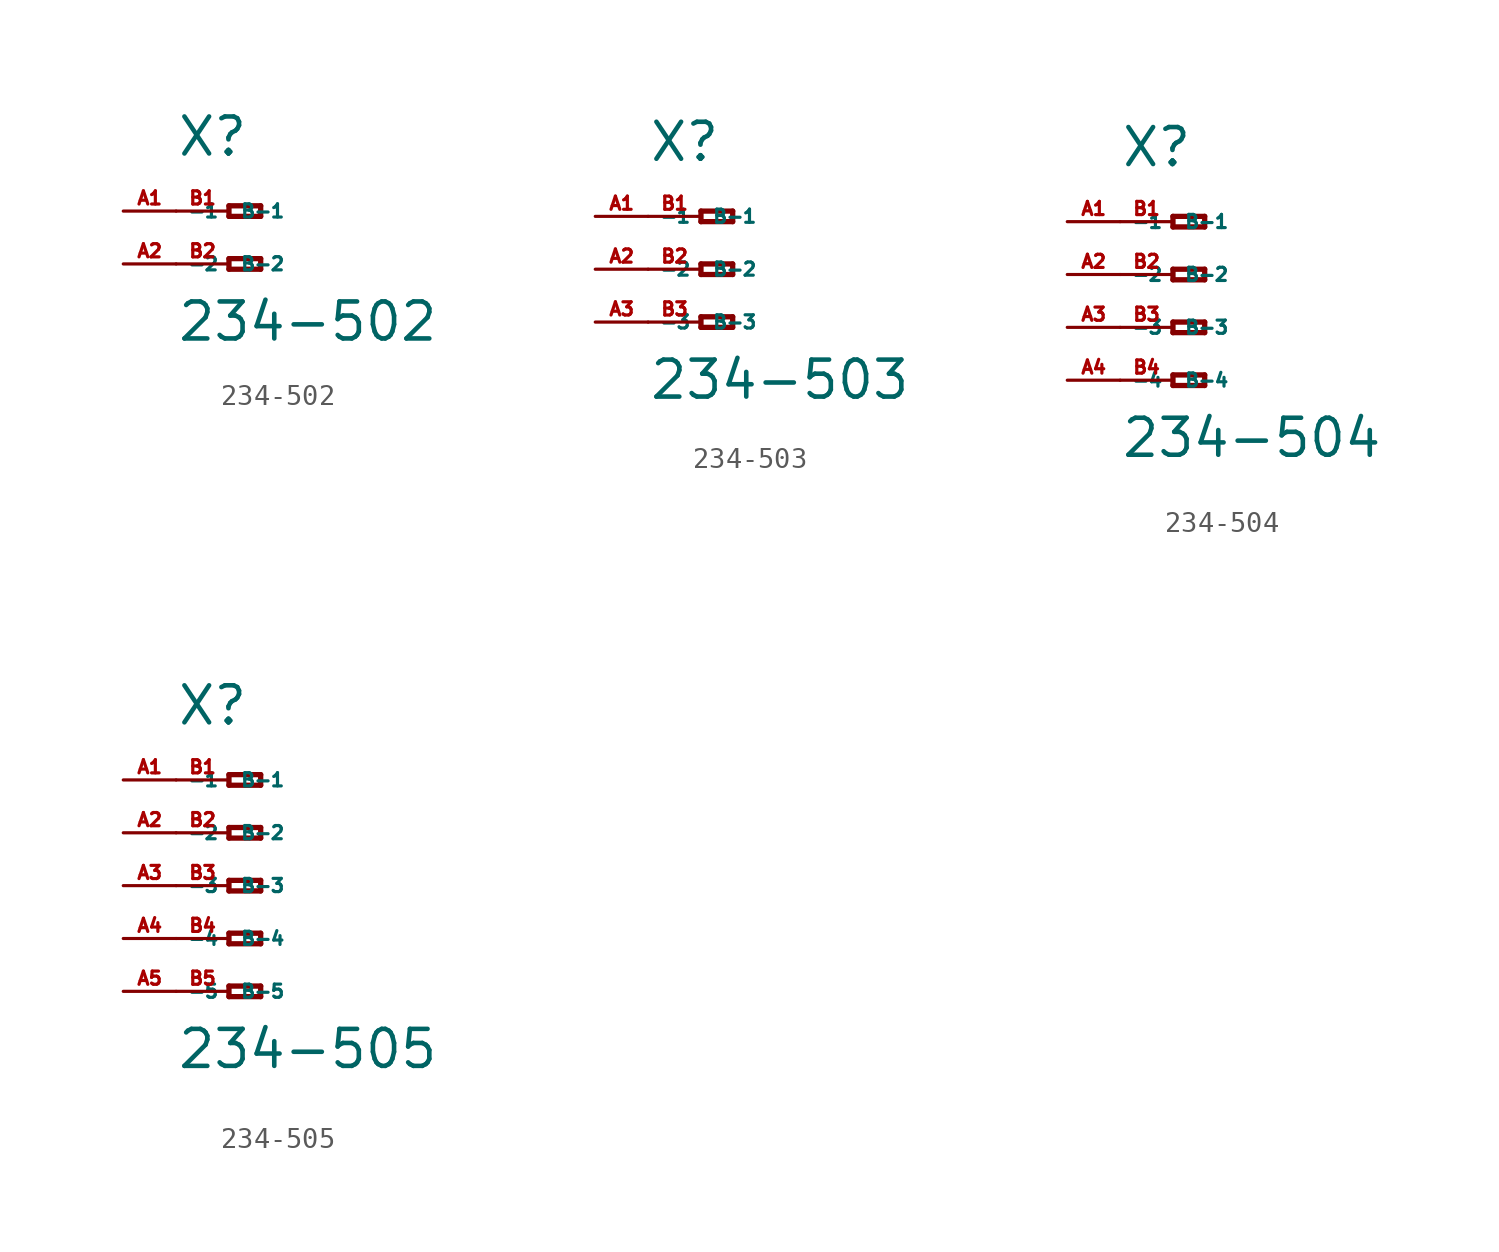
<source format=kicad_sym>
(kicad_symbol_lib
  (version 20220914)
  (generator Eagle2Kicad)
  (symbol "234-502"
    (property "Reference" "X"
      (at -5.08 2.54 0)
      (effects (font (size 1.778 1.778) (thickness 0.22)) (justify left bottom)))
    (property "Value" "234-502"
      (at -5.08 -6.35 0)
      (effects (font (size 1.778 1.778) (thickness 0.22)) (justify left bottom)))
    (polyline
      (pts (xy -2.54 0.254) (xy -2.54 -0.254))
      (stroke (width 0.254) (type default))
      (fill (type none)))
    (polyline
      (pts (xy -2.54 -0.254) (xy -1.016 -0.254))
      (stroke (width 0.254) (type default))
      (fill (type none)))
    (polyline
      (pts (xy -1.016 -0.254) (xy -1.016 0.254))
      (stroke (width 0.254) (type default))
      (fill (type none)))
    (polyline
      (pts (xy -1.016 0.254) (xy -2.54 0.254))
      (stroke (width 0.254) (type default))
      (fill (type none)))
    (polyline
      (pts (xy -2.54 -2.286) (xy -2.54 -2.794))
      (stroke (width 0.254) (type default))
      (fill (type none)))
    (polyline
      (pts (xy -2.54 -2.794) (xy -1.016 -2.794))
      (stroke (width 0.254) (type default))
      (fill (type none)))
    (polyline
      (pts (xy -1.016 -2.794) (xy -1.016 -2.286))
      (stroke (width 0.254) (type default))
      (fill (type none)))
    (polyline
      (pts (xy -1.016 -2.286) (xy -2.54 -2.286))
      (stroke (width 0.254) (type default))
      (fill (type none)))
    (pin passive line
      (at -7.62 0 0)
      (length 2.54)
      (name "-1" (effects (font (size 0.635 0.635) (thickness 0.08)) (justify left bottom)))
      (number "A1" (effects (font (size 0.635 0.635) (thickness 0.08)) (justify left bottom))))
    (pin passive line
      (at -7.62 -2.54 0)
      (length 2.54)
      (name "-2" (effects (font (size 0.635 0.635) (thickness 0.08)) (justify left bottom)))
      (number "A2" (effects (font (size 0.635 0.635) (thickness 0.08)) (justify left bottom))))
    (pin passive line
      (at -5.08 -2.54 0)
      (length 2.54)
      (name "B-2" (effects (font (size 0.635 0.635) (thickness 0.08)) (justify left bottom)))
      (number "B2" (effects (font (size 0.635 0.635) (thickness 0.08)) (justify left bottom))))
    (pin passive line
      (at -5.08 0 0)
      (length 2.54)
      (name "B-1" (effects (font (size 0.635 0.635) (thickness 0.08)) (justify left bottom)))
      (number "B1" (effects (font (size 0.635 0.635) (thickness 0.08)) (justify left bottom)))))
  (symbol "234-503"
    (property "Reference" "X"
      (at -5.08 5.08 0)
      (effects (font (size 1.778 1.778) (thickness 0.22)) (justify left bottom)))
    (property "Value" "234-503"
      (at -5.08 -6.35 0)
      (effects (font (size 1.778 1.778) (thickness 0.22)) (justify left bottom)))
    (polyline
      (pts (xy -2.54 2.794) (xy -2.54 2.286))
      (stroke (width 0.254) (type default))
      (fill (type none)))
    (polyline
      (pts (xy -2.54 2.286) (xy -1.016 2.286))
      (stroke (width 0.254) (type default))
      (fill (type none)))
    (polyline
      (pts (xy -1.016 2.286) (xy -1.016 2.794))
      (stroke (width 0.254) (type default))
      (fill (type none)))
    (polyline
      (pts (xy -1.016 2.794) (xy -2.54 2.794))
      (stroke (width 0.254) (type default))
      (fill (type none)))
    (polyline
      (pts (xy -2.54 0.254) (xy -2.54 -0.254))
      (stroke (width 0.254) (type default))
      (fill (type none)))
    (polyline
      (pts (xy -2.54 -0.254) (xy -1.016 -0.254))
      (stroke (width 0.254) (type default))
      (fill (type none)))
    (polyline
      (pts (xy -1.016 -0.254) (xy -1.016 0.254))
      (stroke (width 0.254) (type default))
      (fill (type none)))
    (polyline
      (pts (xy -1.016 0.254) (xy -2.54 0.254))
      (stroke (width 0.254) (type default))
      (fill (type none)))
    (polyline
      (pts (xy -2.54 -2.286) (xy -2.54 -2.794))
      (stroke (width 0.254) (type default))
      (fill (type none)))
    (polyline
      (pts (xy -2.54 -2.794) (xy -1.016 -2.794))
      (stroke (width 0.254) (type default))
      (fill (type none)))
    (polyline
      (pts (xy -1.016 -2.794) (xy -1.016 -2.286))
      (stroke (width 0.254) (type default))
      (fill (type none)))
    (polyline
      (pts (xy -1.016 -2.286) (xy -2.54 -2.286))
      (stroke (width 0.254) (type default))
      (fill (type none)))
    (pin passive line
      (at -7.62 2.54 0)
      (length 2.54)
      (name "-1" (effects (font (size 0.635 0.635) (thickness 0.08)) (justify left bottom)))
      (number "A1" (effects (font (size 0.635 0.635) (thickness 0.08)) (justify left bottom))))
    (pin passive line
      (at -7.62 0 0)
      (length 2.54)
      (name "-2" (effects (font (size 0.635 0.635) (thickness 0.08)) (justify left bottom)))
      (number "A2" (effects (font (size 0.635 0.635) (thickness 0.08)) (justify left bottom))))
    (pin passive line
      (at -7.62 -2.54 0)
      (length 2.54)
      (name "-3" (effects (font (size 0.635 0.635) (thickness 0.08)) (justify left bottom)))
      (number "A3" (effects (font (size 0.635 0.635) (thickness 0.08)) (justify left bottom))))
    (pin passive line
      (at -5.08 -2.54 0)
      (length 2.54)
      (name "B-3" (effects (font (size 0.635 0.635) (thickness 0.08)) (justify left bottom)))
      (number "B3" (effects (font (size 0.635 0.635) (thickness 0.08)) (justify left bottom))))
    (pin passive line
      (at -5.08 2.54 0)
      (length 2.54)
      (name "B-1" (effects (font (size 0.635 0.635) (thickness 0.08)) (justify left bottom)))
      (number "B1" (effects (font (size 0.635 0.635) (thickness 0.08)) (justify left bottom))))
    (pin passive line
      (at -5.08 0 0)
      (length 2.54)
      (name "B-2" (effects (font (size 0.635 0.635) (thickness 0.08)) (justify left bottom)))
      (number "B2" (effects (font (size 0.635 0.635) (thickness 0.08)) (justify left bottom)))))
  (symbol "234-504"
    (property "Reference" "X"
      (at -5.08 5.08 0)
      (effects (font (size 1.778 1.778) (thickness 0.22)) (justify left bottom)))
    (property "Value" "234-504"
      (at -5.08 -8.89 0)
      (effects (font (size 1.778 1.778) (thickness 0.22)) (justify left bottom)))
    (polyline
      (pts (xy -2.54 2.794) (xy -2.54 2.286))
      (stroke (width 0.254) (type default))
      (fill (type none)))
    (polyline
      (pts (xy -2.54 2.286) (xy -1.016 2.286))
      (stroke (width 0.254) (type default))
      (fill (type none)))
    (polyline
      (pts (xy -1.016 2.286) (xy -1.016 2.794))
      (stroke (width 0.254) (type default))
      (fill (type none)))
    (polyline
      (pts (xy -1.016 2.794) (xy -2.54 2.794))
      (stroke (width 0.254) (type default))
      (fill (type none)))
    (polyline
      (pts (xy -2.54 0.254) (xy -2.54 -0.254))
      (stroke (width 0.254) (type default))
      (fill (type none)))
    (polyline
      (pts (xy -2.54 -0.254) (xy -1.016 -0.254))
      (stroke (width 0.254) (type default))
      (fill (type none)))
    (polyline
      (pts (xy -1.016 -0.254) (xy -1.016 0.254))
      (stroke (width 0.254) (type default))
      (fill (type none)))
    (polyline
      (pts (xy -1.016 0.254) (xy -2.54 0.254))
      (stroke (width 0.254) (type default))
      (fill (type none)))
    (polyline
      (pts (xy -2.54 -2.286) (xy -2.54 -2.794))
      (stroke (width 0.254) (type default))
      (fill (type none)))
    (polyline
      (pts (xy -2.54 -2.794) (xy -1.016 -2.794))
      (stroke (width 0.254) (type default))
      (fill (type none)))
    (polyline
      (pts (xy -1.016 -2.794) (xy -1.016 -2.286))
      (stroke (width 0.254) (type default))
      (fill (type none)))
    (polyline
      (pts (xy -1.016 -2.286) (xy -2.54 -2.286))
      (stroke (width 0.254) (type default))
      (fill (type none)))
    (polyline
      (pts (xy -2.54 -4.826) (xy -2.54 -5.334))
      (stroke (width 0.254) (type default))
      (fill (type none)))
    (polyline
      (pts (xy -2.54 -5.334) (xy -1.016 -5.334))
      (stroke (width 0.254) (type default))
      (fill (type none)))
    (polyline
      (pts (xy -1.016 -5.334) (xy -1.016 -4.826))
      (stroke (width 0.254) (type default))
      (fill (type none)))
    (polyline
      (pts (xy -1.016 -4.826) (xy -2.54 -4.826))
      (stroke (width 0.254) (type default))
      (fill (type none)))
    (pin passive line
      (at -7.62 2.54 0)
      (length 2.54)
      (name "-1" (effects (font (size 0.635 0.635) (thickness 0.08)) (justify left bottom)))
      (number "A1" (effects (font (size 0.635 0.635) (thickness 0.08)) (justify left bottom))))
    (pin passive line
      (at -7.62 0 0)
      (length 2.54)
      (name "-2" (effects (font (size 0.635 0.635) (thickness 0.08)) (justify left bottom)))
      (number "A2" (effects (font (size 0.635 0.635) (thickness 0.08)) (justify left bottom))))
    (pin passive line
      (at -7.62 -2.54 0)
      (length 2.54)
      (name "-3" (effects (font (size 0.635 0.635) (thickness 0.08)) (justify left bottom)))
      (number "A3" (effects (font (size 0.635 0.635) (thickness 0.08)) (justify left bottom))))
    (pin passive line
      (at -7.62 -5.08 0)
      (length 2.54)
      (name "-4" (effects (font (size 0.635 0.635) (thickness 0.08)) (justify left bottom)))
      (number "A4" (effects (font (size 0.635 0.635) (thickness 0.08)) (justify left bottom))))
    (pin passive line
      (at -5.08 -5.08 0)
      (length 2.54)
      (name "B-4" (effects (font (size 0.635 0.635) (thickness 0.08)) (justify left bottom)))
      (number "B4" (effects (font (size 0.635 0.635) (thickness 0.08)) (justify left bottom))))
    (pin passive line
      (at -5.08 2.54 0)
      (length 2.54)
      (name "B-1" (effects (font (size 0.635 0.635) (thickness 0.08)) (justify left bottom)))
      (number "B1" (effects (font (size 0.635 0.635) (thickness 0.08)) (justify left bottom))))
    (pin passive line
      (at -5.08 0 0)
      (length 2.54)
      (name "B-2" (effects (font (size 0.635 0.635) (thickness 0.08)) (justify left bottom)))
      (number "B2" (effects (font (size 0.635 0.635) (thickness 0.08)) (justify left bottom))))
    (pin passive line
      (at -5.08 -2.54 0)
      (length 2.54)
      (name "B-3" (effects (font (size 0.635 0.635) (thickness 0.08)) (justify left bottom)))
      (number "B3" (effects (font (size 0.635 0.635) (thickness 0.08)) (justify left bottom)))))
  (symbol "234-505"
    (property "Reference" "X"
      (at -5.08 7.62 0)
      (effects (font (size 1.778 1.778) (thickness 0.22)) (justify left bottom)))
    (property "Value" "234-505"
      (at -5.08 -8.89 0)
      (effects (font (size 1.778 1.778) (thickness 0.22)) (justify left bottom)))
    (polyline
      (pts (xy -2.54 5.334) (xy -2.54 4.826))
      (stroke (width 0.254) (type default))
      (fill (type none)))
    (polyline
      (pts (xy -2.54 4.826) (xy -1.016 4.826))
      (stroke (width 0.254) (type default))
      (fill (type none)))
    (polyline
      (pts (xy -1.016 4.826) (xy -1.016 5.334))
      (stroke (width 0.254) (type default))
      (fill (type none)))
    (polyline
      (pts (xy -1.016 5.334) (xy -2.54 5.334))
      (stroke (width 0.254) (type default))
      (fill (type none)))
    (polyline
      (pts (xy -2.54 2.794) (xy -2.54 2.286))
      (stroke (width 0.254) (type default))
      (fill (type none)))
    (polyline
      (pts (xy -2.54 2.286) (xy -1.016 2.286))
      (stroke (width 0.254) (type default))
      (fill (type none)))
    (polyline
      (pts (xy -1.016 2.286) (xy -1.016 2.794))
      (stroke (width 0.254) (type default))
      (fill (type none)))
    (polyline
      (pts (xy -1.016 2.794) (xy -2.54 2.794))
      (stroke (width 0.254) (type default))
      (fill (type none)))
    (polyline
      (pts (xy -2.54 0.254) (xy -2.54 -0.254))
      (stroke (width 0.254) (type default))
      (fill (type none)))
    (polyline
      (pts (xy -2.54 -0.254) (xy -1.016 -0.254))
      (stroke (width 0.254) (type default))
      (fill (type none)))
    (polyline
      (pts (xy -1.016 -0.254) (xy -1.016 0.254))
      (stroke (width 0.254) (type default))
      (fill (type none)))
    (polyline
      (pts (xy -1.016 0.254) (xy -2.54 0.254))
      (stroke (width 0.254) (type default))
      (fill (type none)))
    (polyline
      (pts (xy -2.54 -2.286) (xy -2.54 -2.794))
      (stroke (width 0.254) (type default))
      (fill (type none)))
    (polyline
      (pts (xy -2.54 -2.794) (xy -1.016 -2.794))
      (stroke (width 0.254) (type default))
      (fill (type none)))
    (polyline
      (pts (xy -1.016 -2.794) (xy -1.016 -2.286))
      (stroke (width 0.254) (type default))
      (fill (type none)))
    (polyline
      (pts (xy -1.016 -2.286) (xy -2.54 -2.286))
      (stroke (width 0.254) (type default))
      (fill (type none)))
    (polyline
      (pts (xy -2.54 -4.826) (xy -2.54 -5.334))
      (stroke (width 0.254) (type default))
      (fill (type none)))
    (polyline
      (pts (xy -2.54 -5.334) (xy -1.016 -5.334))
      (stroke (width 0.254) (type default))
      (fill (type none)))
    (polyline
      (pts (xy -1.016 -5.334) (xy -1.016 -4.826))
      (stroke (width 0.254) (type default))
      (fill (type none)))
    (polyline
      (pts (xy -1.016 -4.826) (xy -2.54 -4.826))
      (stroke (width 0.254) (type default))
      (fill (type none)))
    (pin passive line
      (at -7.62 5.08 0)
      (length 2.54)
      (name "-1" (effects (font (size 0.635 0.635) (thickness 0.08)) (justify left bottom)))
      (number "A1" (effects (font (size 0.635 0.635) (thickness 0.08)) (justify left bottom))))
    (pin passive line
      (at -7.62 2.54 0)
      (length 2.54)
      (name "-2" (effects (font (size 0.635 0.635) (thickness 0.08)) (justify left bottom)))
      (number "A2" (effects (font (size 0.635 0.635) (thickness 0.08)) (justify left bottom))))
    (pin passive line
      (at -7.62 0 0)
      (length 2.54)
      (name "-3" (effects (font (size 0.635 0.635) (thickness 0.08)) (justify left bottom)))
      (number "A3" (effects (font (size 0.635 0.635) (thickness 0.08)) (justify left bottom))))
    (pin passive line
      (at -7.62 -2.54 0)
      (length 2.54)
      (name "-4" (effects (font (size 0.635 0.635) (thickness 0.08)) (justify left bottom)))
      (number "A4" (effects (font (size 0.635 0.635) (thickness 0.08)) (justify left bottom))))
    (pin passive line
      (at -7.62 -5.08 0)
      (length 2.54)
      (name "-5" (effects (font (size 0.635 0.635) (thickness 0.08)) (justify left bottom)))
      (number "A5" (effects (font (size 0.635 0.635) (thickness 0.08)) (justify left bottom))))
    (pin passive line
      (at -5.08 -5.08 0)
      (length 2.54)
      (name "B-5" (effects (font (size 0.635 0.635) (thickness 0.08)) (justify left bottom)))
      (number "B5" (effects (font (size 0.635 0.635) (thickness 0.08)) (justify left bottom))))
    (pin passive line
      (at -5.08 5.08 0)
      (length 2.54)
      (name "B-1" (effects (font (size 0.635 0.635) (thickness 0.08)) (justify left bottom)))
      (number "B1" (effects (font (size 0.635 0.635) (thickness 0.08)) (justify left bottom))))
    (pin passive line
      (at -5.08 2.54 0)
      (length 2.54)
      (name "B-2" (effects (font (size 0.635 0.635) (thickness 0.08)) (justify left bottom)))
      (number "B2" (effects (font (size 0.635 0.635) (thickness 0.08)) (justify left bottom))))
    (pin passive line
      (at -5.08 0 0)
      (length 2.54)
      (name "B-3" (effects (font (size 0.635 0.635) (thickness 0.08)) (justify left bottom)))
      (number "B3" (effects (font (size 0.635 0.635) (thickness 0.08)) (justify left bottom))))
    (pin passive line
      (at -5.08 -2.54 0)
      (length 2.54)
      (name "B-4" (effects (font (size 0.635 0.635) (thickness 0.08)) (justify left bottom)))
      (number "B4" (effects (font (size 0.635 0.635) (thickness 0.08)) (justify left bottom))))))
</source>
